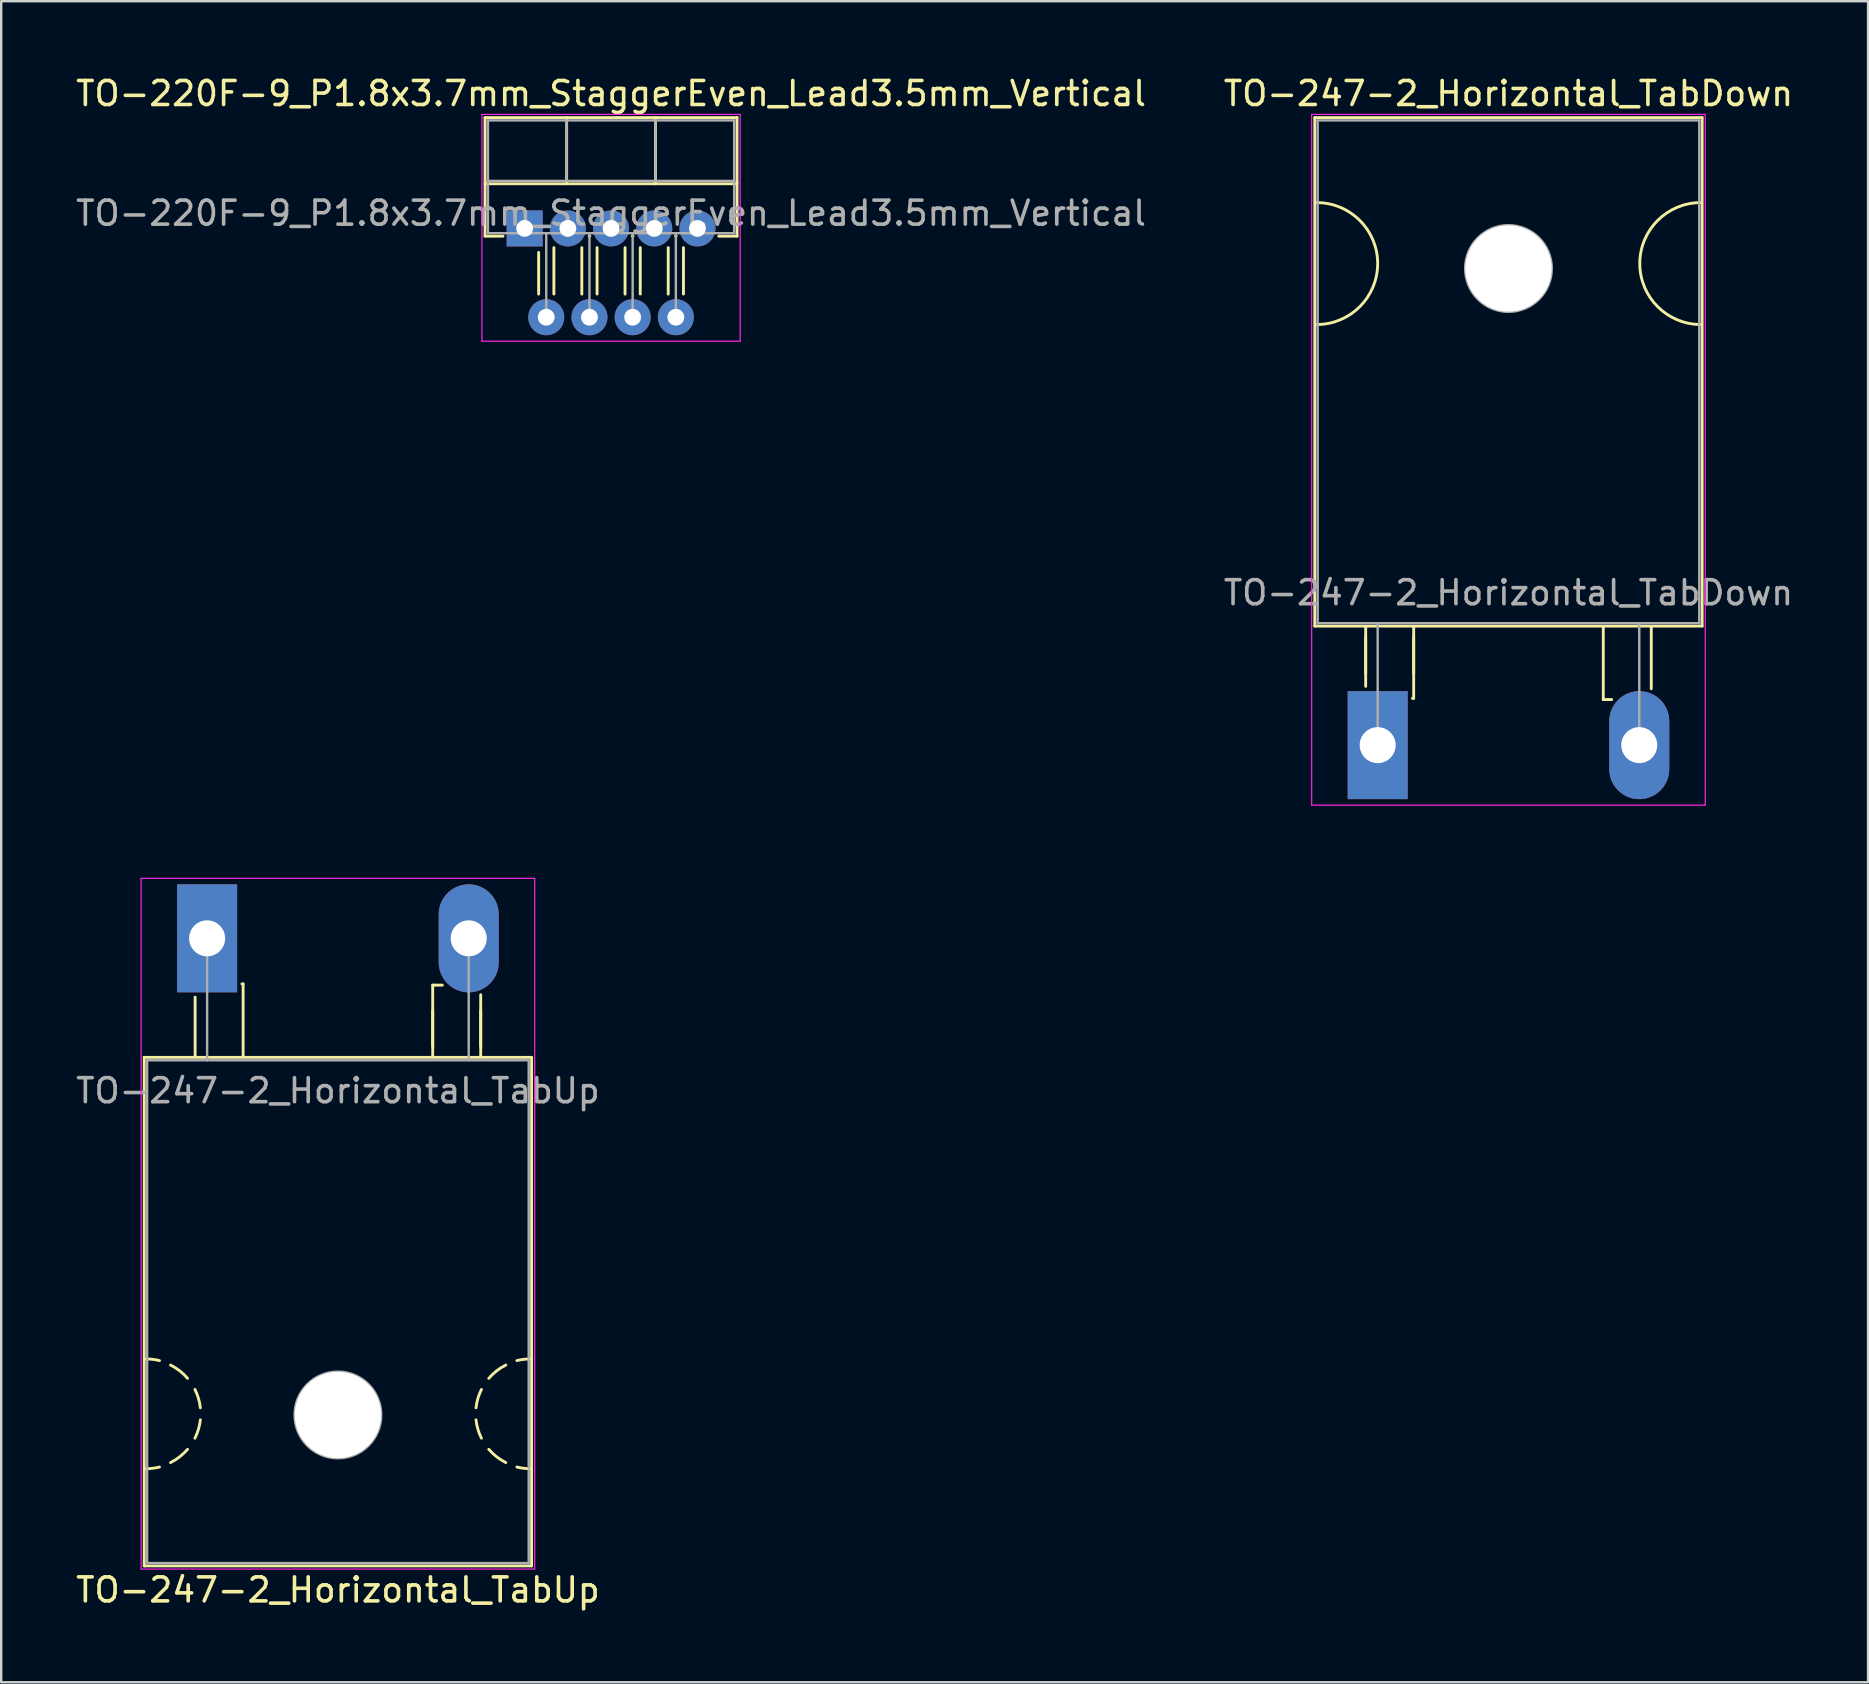
<source format=kicad_pcb>
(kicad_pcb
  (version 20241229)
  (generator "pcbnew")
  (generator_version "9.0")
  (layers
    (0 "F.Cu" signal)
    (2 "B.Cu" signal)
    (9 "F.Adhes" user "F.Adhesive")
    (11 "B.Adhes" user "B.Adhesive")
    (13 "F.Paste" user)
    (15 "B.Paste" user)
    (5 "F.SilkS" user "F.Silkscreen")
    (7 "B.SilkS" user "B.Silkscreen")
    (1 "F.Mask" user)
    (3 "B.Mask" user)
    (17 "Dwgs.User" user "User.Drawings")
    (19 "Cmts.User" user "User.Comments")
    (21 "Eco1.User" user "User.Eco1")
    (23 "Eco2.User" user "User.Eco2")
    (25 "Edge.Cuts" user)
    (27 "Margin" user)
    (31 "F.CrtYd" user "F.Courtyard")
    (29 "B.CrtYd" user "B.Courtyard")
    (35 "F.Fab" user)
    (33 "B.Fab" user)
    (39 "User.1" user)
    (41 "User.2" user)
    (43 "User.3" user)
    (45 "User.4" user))
  (footprint "TO-247-2_Horizontal_TabUp"
    (layer "F.Cu")
    (at 5.58 36.048)
    (property "Reference" "TO-247-2_Horizontal_TabUp" (at 5.45 27.15 0) (layer "F.SilkS") (effects (font (size 1 1) (thickness 0.15))))
    (attr through_hole)
    (fp_line (start -2.62 4.96) (end -2.62 26.15) (stroke (width 0.12) (type solid)) (layer "F.SilkS"))
    (fp_line (start -2.62 4.96) (end 13.52 4.96) (stroke (width 0.12) (type solid)) (layer "F.SilkS"))
    (fp_line (start -2.62 26.15) (end 13.52 26.15) (stroke (width 0.12) (type solid)) (layer "F.SilkS"))
    (fp_line (start -0.5 4.9) (end -0.5 2.45) (stroke (width 0.12) (type solid)) (layer "F.SilkS"))
    (fp_line (start 1.5 1.9) (end 1.45 1.9) (stroke (width 0.12) (type solid)) (layer "F.SilkS"))
    (fp_line (start 1.5 4.9) (end 1.5 1.9) (stroke (width 0.12) (type solid)) (layer "F.SilkS"))
    (fp_line (start 9.4 1.95) (end 9.8 1.95) (stroke (width 0.12) (type solid)) (layer "F.SilkS"))
    (fp_line (start 9.4 4.5) (end 9.4 3) (stroke (width 0.12) (type solid)) (layer "F.SilkS"))
    (fp_line (start 9.4 4.95) (end 9.4 1.95) (stroke (width 0.12) (type solid)) (layer "F.SilkS"))
    (fp_line (start 11.4 4.5) (end 11.4 3) (stroke (width 0.12) (type solid)) (layer "F.SilkS"))
    (fp_line (start 11.4 4.95) (end 11.4 2.35) (stroke (width 0.12) (type solid)) (layer "F.SilkS"))
    (fp_line (start 13.52 4.96) (end 13.52 26.15) (stroke (width 0.12) (type solid)) (layer "F.SilkS"))
    (fp_arc (start -2.54 17.526) (mid -2.260689 17.543128) (end -1.985564 17.594254) (stroke (width 0.12) (type solid)) (layer "F.SilkS"))
    (fp_arc (start -1.985564 22.029746) (mid -2.260689 22.080872) (end -2.54 22.098) (stroke (width 0.12) (type solid)) (layer "F.SilkS"))
    (fp_arc (start -1.524001 17.780001) (mid -1.14188 18.02132) (end -0.815088 18.333504) (stroke (width 0.12) (type solid)) (layer "F.SilkS"))
    (fp_arc (start -0.815087 21.290497) (mid -1.141879 21.60268) (end -1.524 21.844) (stroke (width 0.12) (type solid)) (layer "F.SilkS"))
    (fp_arc (start -0.508001 18.796001) (mid -0.361178 19.168563) (end -0.282051 19.561117) (stroke (width 0.12) (type solid)) (layer "F.SilkS"))
    (fp_arc (start -0.282051 20.062883) (mid -0.361178 20.455437) (end -0.508001 20.827999) (stroke (width 0.12) (type solid)) (layer "F.SilkS"))
    (fp_arc (start 11.204051 19.561117) (mid 11.283178 19.168563) (end 11.430001 18.796001) (stroke (width 0.12) (type solid)) (layer "F.SilkS"))
    (fp_arc (start 11.430001 20.827999) (mid 11.283178 20.455437) (end 11.204051 20.062883) (stroke (width 0.12) (type solid)) (layer "F.SilkS"))
    (fp_arc (start 11.737087 18.333503) (mid 12.063879 18.02132) (end 12.446 17.78) (stroke (width 0.12) (type solid)) (layer "F.SilkS"))
    (fp_arc (start 12.446001 21.843999) (mid 12.06388 21.60268) (end 11.737088 21.290496) (stroke (width 0.12) (type solid)) (layer "F.SilkS"))
    (fp_arc (start 12.907564 17.594254) (mid 13.182689 17.543128) (end 13.462 17.526) (stroke (width 0.12) (type solid)) (layer "F.SilkS"))
    (fp_arc (start 13.462 22.098) (mid 13.182689 22.080872) (end 12.907564 22.029746) (stroke (width 0.12) (type solid)) (layer "F.SilkS"))
    (fp_line (start -2.75 -2.5) (end -2.75 26.28) (stroke (width 0.05) (type solid)) (layer "F.CrtYd"))
    (fp_line (start -2.75 26.28) (end 13.65 26.28) (stroke (width 0.05) (type solid)) (layer "F.CrtYd"))
    (fp_line (start 13.65 -2.5) (end -2.75 -2.5) (stroke (width 0.05) (type solid)) (layer "F.CrtYd"))
    (fp_line (start 13.65 26.28) (end 13.65 -2.5) (stroke (width 0.05) (type solid)) (layer "F.CrtYd"))
    (fp_line (start -2.5 5.08) (end -2.5 26.03) (stroke (width 0.1) (type solid)) (layer "F.Fab"))
    (fp_line (start -2.5 26.03) (end 13.4 26.03) (stroke (width 0.1) (type solid)) (layer "F.Fab"))
    (fp_line (start 0 5.08) (end 0 0) (stroke (width 0.1) (type solid)) (layer "F.Fab"))
    (fp_line (start 10.9 5.08) (end 10.9 0) (stroke (width 0.1) (type solid)) (layer "F.Fab"))
    (fp_line (start 13.4 5.08) (end -2.5 5.08) (stroke (width 0.1) (type solid)) (layer "F.Fab"))
    (fp_line (start 13.4 26.03) (end 13.4 5.08) (stroke (width 0.1) (type solid)) (layer "F.Fab"))
    (fp_circle (center 5.45 19.86) (end 7.255 19.86) (stroke (width 0.1) (type solid)) (fill no) (layer "F.Fab"))
    (fp_text user "${REFERENCE}" (at 5.45 6.35 0) (layer "F.Fab") (effects (font (size 1 1) (thickness 0.15))))
    (pad "" np_thru_hole oval (at 5.45 19.86) (size 3.6 3.6) (drill 3.6) (layers "*.Cu" "*.Mask"))
    (pad "1" thru_hole rect (at 0 0) (size 2.5 4.5) (drill 1.5) (layers "*.Cu" "*.Mask"))
    (pad "2" thru_hole oval (at 10.9 0) (size 2.5 4.5) (drill 1.5) (layers "*.Cu" "*.Mask")))
  (footprint "TO-220F-9_P1.8x3.7mm_StaggerEven_Lead3.5mm_Vertical"
    (layer "F.Cu")
    (at 18.811 6.468)
    (property "Reference" "TO-220F-9_P1.8x3.7mm_StaggerEven_Lead3.5mm_Vertical" (at 3.6 -5.62 0) (layer "F.SilkS") (effects (font (size 1 1) (thickness 0.15))))
    (attr through_hole)
    (fp_line (start -1.65 -4.62) (end -1.65 0.321) (stroke (width 0.12) (type solid)) (layer "F.SilkS"))
    (fp_line (start -1.65 -4.62) (end 8.85 -4.62) (stroke (width 0.12) (type solid)) (layer "F.SilkS"))
    (fp_line (start -1.65 -1.861) (end 8.85 -1.861) (stroke (width 0.12) (type solid)) (layer "F.SilkS"))
    (fp_line (start -1.65 0.321) (end -0.9 0.321) (stroke (width 0.12) (type solid)) (layer "F.SilkS"))
    (fp_line (start 0.583 1) (end 0.583 2.736) (stroke (width 0.12) (type solid)) (layer "F.SilkS"))
    (fp_line (start 1.218 0.8) (end 1.218 2.733) (stroke (width 0.12) (type solid)) (layer "F.SilkS"))
    (fp_line (start 1.75 -4.62) (end 1.75 -1.861) (stroke (width 0.12) (type solid)) (layer "F.SilkS"))
    (fp_line (start 2.382 0.8) (end 2.382 2.736) (stroke (width 0.12) (type solid)) (layer "F.SilkS"))
    (fp_line (start 2.687 0.321) (end 2.714 0.321) (stroke (width 0.12) (type solid)) (layer "F.SilkS"))
    (fp_line (start 3.018 0.8) (end 3.018 2.733) (stroke (width 0.12) (type solid)) (layer "F.SilkS"))
    (fp_line (start 4.183 0.8) (end 4.183 2.736) (stroke (width 0.12) (type solid)) (layer "F.SilkS"))
    (fp_line (start 4.487 0.321) (end 4.514 0.321) (stroke (width 0.12) (type solid)) (layer "F.SilkS"))
    (fp_line (start 4.817 0.8) (end 4.817 2.733) (stroke (width 0.12) (type solid)) (layer "F.SilkS"))
    (fp_line (start 5.45 -4.62) (end 5.45 -1.861) (stroke (width 0.12) (type solid)) (layer "F.SilkS"))
    (fp_line (start 5.982 0.8) (end 5.982 2.736) (stroke (width 0.12) (type solid)) (layer "F.SilkS"))
    (fp_line (start 6.287 0.321) (end 6.314 0.321) (stroke (width 0.12) (type solid)) (layer "F.SilkS"))
    (fp_line (start 6.617 0.8) (end 6.617 2.733) (stroke (width 0.12) (type solid)) (layer "F.SilkS"))
    (fp_line (start 8.087 0.321) (end 8.85 0.321) (stroke (width 0.12) (type solid)) (layer "F.SilkS"))
    (fp_line (start 8.85 -4.62) (end 8.85 0.321) (stroke (width 0.12) (type solid)) (layer "F.SilkS"))
    (fp_line (start -1.78 -4.75) (end -1.78 4.7) (stroke (width 0.05) (type solid)) (layer "F.CrtYd"))
    (fp_line (start -1.78 4.7) (end 8.98 4.7) (stroke (width 0.05) (type solid)) (layer "F.CrtYd"))
    (fp_line (start 8.98 -4.75) (end -1.78 -4.75) (stroke (width 0.05) (type solid)) (layer "F.CrtYd"))
    (fp_line (start 8.98 4.7) (end 8.98 -4.75) (stroke (width 0.05) (type solid)) (layer "F.CrtYd"))
    (fp_line (start -1.53 -4.5) (end -1.53 0.2) (stroke (width 0.1) (type solid)) (layer "F.Fab"))
    (fp_line (start -1.53 -1.98) (end 8.73 -1.98) (stroke (width 0.1) (type solid)) (layer "F.Fab"))
    (fp_line (start -1.53 0.2) (end 8.73 0.2) (stroke (width 0.1) (type solid)) (layer "F.Fab"))
    (fp_line (start 0.9 0.2) (end 0.9 3.7) (stroke (width 0.1) (type solid)) (layer "F.Fab"))
    (fp_line (start 1.75 -4.5) (end 1.75 -1.98) (stroke (width 0.1) (type solid)) (layer "F.Fab"))
    (fp_line (start 2.7 0.2) (end 2.7 3.7) (stroke (width 0.1) (type solid)) (layer "F.Fab"))
    (fp_line (start 4.5 0.2) (end 4.5 3.7) (stroke (width 0.1) (type solid)) (layer "F.Fab"))
    (fp_line (start 5.45 -4.5) (end 5.45 -1.98) (stroke (width 0.1) (type solid)) (layer "F.Fab"))
    (fp_line (start 6.3 0.2) (end 6.3 3.7) (stroke (width 0.1) (type solid)) (layer "F.Fab"))
    (fp_line (start 8.73 -4.5) (end -1.53 -4.5) (stroke (width 0.1) (type solid)) (layer "F.Fab"))
    (fp_line (start 8.73 0.2) (end 8.73 -4.5) (stroke (width 0.1) (type solid)) (layer "F.Fab"))
    (fp_text user "${REFERENCE}" (at 3.6 -0.635 0) (layer "F.Fab") (effects (font (size 1 1) (thickness 0.15))))
    (pad "1" thru_hole rect (at 0 0) (size 1.5 1.5) (drill 0.7) (layers "*.Cu" "*.Mask"))
    (pad "2" thru_hole oval (at 0.9 3.7) (size 1.5 1.5) (drill 0.7) (layers "*.Cu" "*.Mask"))
    (pad "3" thru_hole oval (at 1.8 0) (size 1.5 1.5) (drill 0.7) (layers "*.Cu" "*.Mask"))
    (pad "4" thru_hole oval (at 2.7 3.7) (size 1.5 1.5) (drill 0.7) (layers "*.Cu" "*.Mask"))
    (pad "5" thru_hole oval (at 3.6 0) (size 1.5 1.5) (drill 0.7) (layers "*.Cu" "*.Mask"))
    (pad "6" thru_hole oval (at 4.5 3.7) (size 1.5 1.5) (drill 0.7) (layers "*.Cu" "*.Mask"))
    (pad "7" thru_hole oval (at 5.4 0) (size 1.5 1.5) (drill 0.7) (layers "*.Cu" "*.Mask"))
    (pad "8" thru_hole oval (at 6.3 3.7) (size 1.5 1.5) (drill 0.7) (layers "*.Cu" "*.Mask"))
    (pad "9" thru_hole oval (at 7.2 0) (size 1.5 1.5) (drill 0.7) (layers "*.Cu" "*.Mask")))
  (footprint "TO-247-2_Horizontal_TabDown"
    (layer "F.Cu")
    (at 54.354 27.998)
    (property "Reference" "TO-247-2_Horizontal_TabDown" (at 5.45 -27.15 0) (layer "F.SilkS") (effects (font (size 1 1) (thickness 0.15))))
    (attr through_hole)
    (fp_line (start -2.62 -26.15) (end -2.62 -4.96) (stroke (width 0.12) (type solid)) (layer "F.SilkS"))
    (fp_line (start -2.62 -26.15) (end 13.52 -26.15) (stroke (width 0.12) (type solid)) (layer "F.SilkS"))
    (fp_line (start -2.62 -4.96) (end 13.52 -4.96) (stroke (width 0.12) (type solid)) (layer "F.SilkS"))
    (fp_line (start -0.5 -4.95) (end -0.5 -2.45) (stroke (width 0.12) (type solid)) (layer "F.SilkS"))
    (fp_line (start -0.5 -4.5) (end -0.5 -3) (stroke (width 0.12) (type solid)) (layer "F.SilkS"))
    (fp_line (start 1.5 -4.95) (end 1.5 -1.95) (stroke (width 0.12) (type solid)) (layer "F.SilkS"))
    (fp_line (start 1.5 -4.5) (end 1.5 -3) (stroke (width 0.12) (type solid)) (layer "F.SilkS"))
    (fp_line (start 1.5 -1.95) (end 1.45 -1.95) (stroke (width 0.12) (type solid)) (layer "F.SilkS"))
    (fp_line (start 9.4 -4.9) (end 9.4 -1.9) (stroke (width 0.12) (type solid)) (layer "F.SilkS"))
    (fp_line (start 9.4 -1.9) (end 9.75 -1.9) (stroke (width 0.12) (type solid)) (layer "F.SilkS"))
    (fp_line (start 11.4 -4.9) (end 11.4 -2.35) (stroke (width 0.12) (type solid)) (layer "F.SilkS"))
    (fp_line (start 13.52 -26.15) (end 13.52 -4.96) (stroke (width 0.12) (type solid)) (layer "F.SilkS"))
    (fp_arc (start -2.54 -22.606) (mid 0 -20.066) (end -2.54 -17.526) (stroke (width 0.12) (type solid)) (layer "F.SilkS"))
    (fp_arc (start 13.462 -17.526) (mid 10.922 -20.066) (end 13.462 -22.606) (stroke (width 0.12) (type solid)) (layer "F.SilkS"))
    (fp_line (start -2.75 -26.28) (end -2.75 2.5) (stroke (width 0.05) (type solid)) (layer "F.CrtYd"))
    (fp_line (start -2.75 2.5) (end 13.65 2.5) (stroke (width 0.05) (type solid)) (layer "F.CrtYd"))
    (fp_line (start 13.65 -26.28) (end -2.75 -26.28) (stroke (width 0.05) (type solid)) (layer "F.CrtYd"))
    (fp_line (start 13.65 2.5) (end 13.65 -26.28) (stroke (width 0.05) (type solid)) (layer "F.CrtYd"))
    (fp_line (start -2.5 -26.03) (end 13.4 -26.03) (stroke (width 0.1) (type solid)) (layer "F.Fab"))
    (fp_line (start -2.5 -5.08) (end -2.5 -26.03) (stroke (width 0.1) (type solid)) (layer "F.Fab"))
    (fp_line (start 0 -5.08) (end 0 0) (stroke (width 0.1) (type solid)) (layer "F.Fab"))
    (fp_line (start 10.9 -5.08) (end 10.9 0) (stroke (width 0.1) (type solid)) (layer "F.Fab"))
    (fp_line (start 13.4 -26.03) (end 13.4 -5.08) (stroke (width 0.1) (type solid)) (layer "F.Fab"))
    (fp_line (start 13.4 -5.08) (end -2.5 -5.08) (stroke (width 0.1) (type solid)) (layer "F.Fab"))
    (fp_circle (center 5.45 -19.86) (end 7.255 -19.86) (stroke (width 0.1) (type solid)) (fill no) (layer "F.Fab"))
    (fp_text user "${REFERENCE}" (at 5.45 -6.35 0) (layer "F.Fab") (effects (font (size 1 1) (thickness 0.15))))
    (pad "" np_thru_hole oval (at 5.45 -19.86) (size 3.6 3.6) (drill 3.6) (layers "*.Cu" "*.Mask"))
    (pad "1" thru_hole rect (at 0 0) (size 2.5 4.5) (drill 1.5) (layers "*.Cu" "*.Mask"))
    (pad "2" thru_hole oval (at 10.9 0) (size 2.5 4.5) (drill 1.5) (layers "*.Cu" "*.Mask")))
  (gr_rect
    (start -3 -3)
    (end 74.786 67.046)
    (stroke (width 0.1) (type default))
    (fill no)
    (layer "Edge.Cuts")))
</source>
